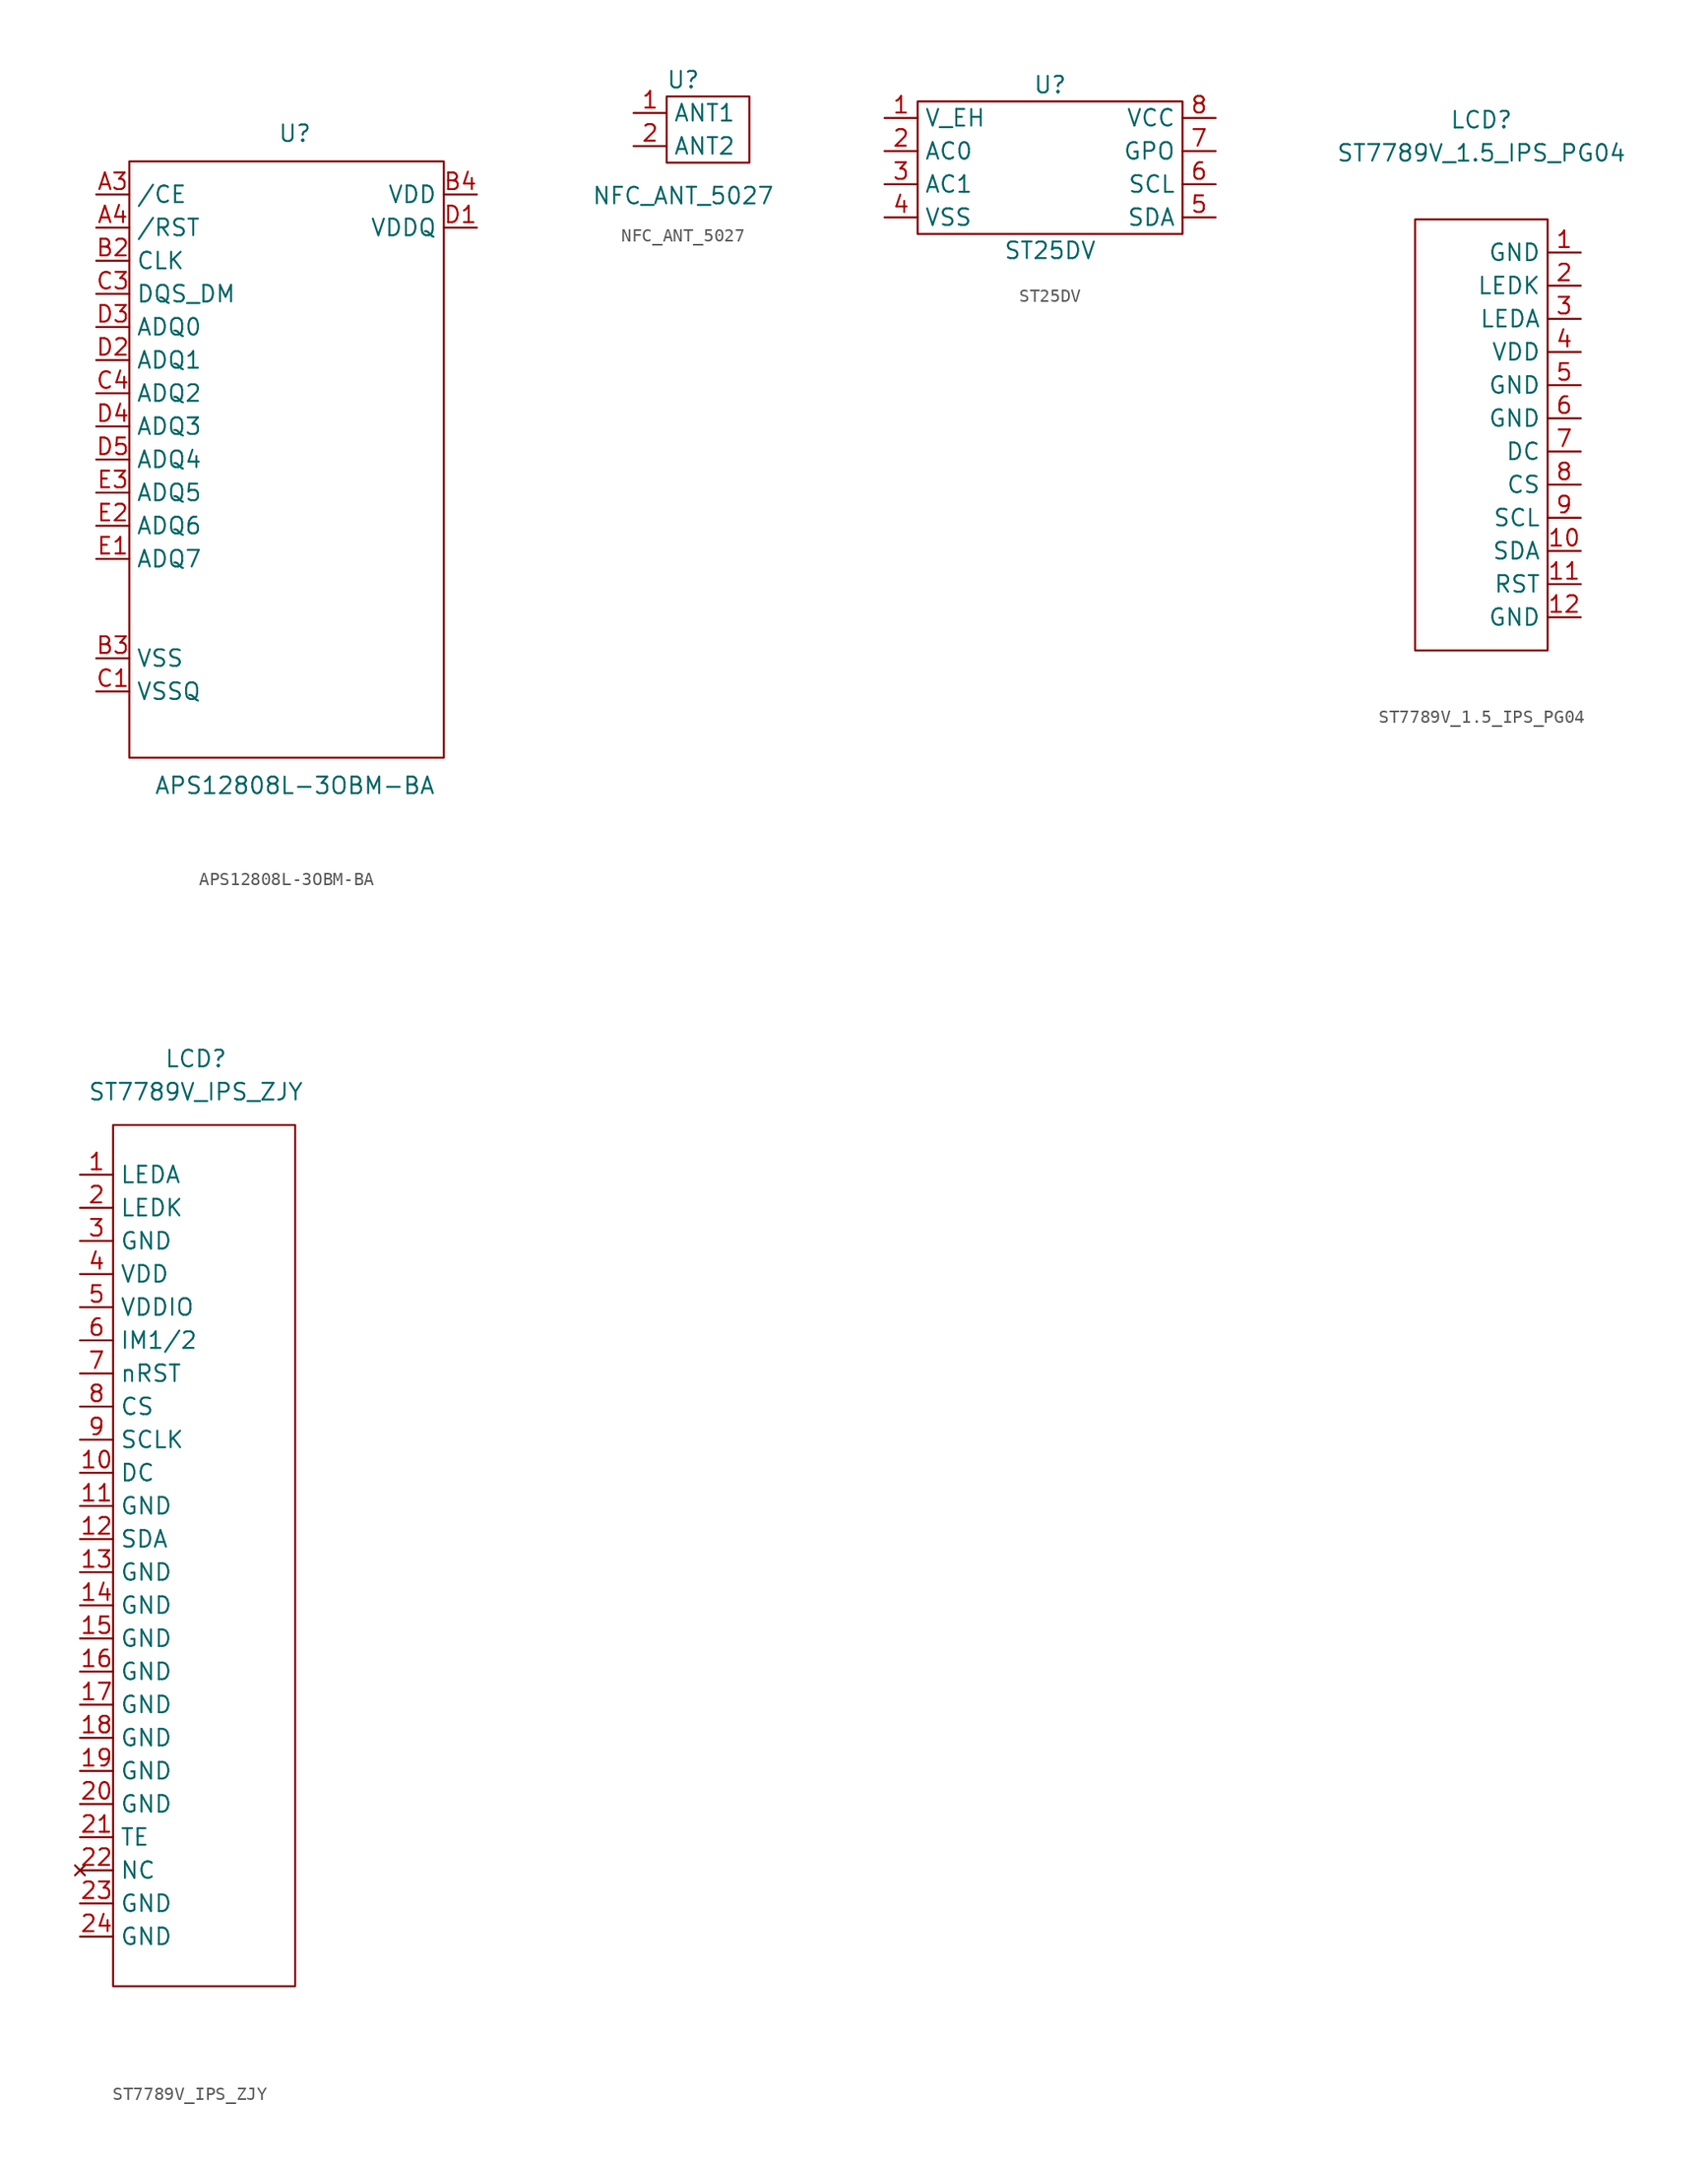
<source format=kicad_sym>
(kicad_symbol_lib
  (version 20211014)
  (generator kicad_symbol_editor)
  (symbol "APS12808L-3OBM-BA"
    (property "Reference" "U"
      (at 0 23.73 0)
      (effects (font (size 1.27 1.27))))
    (property "Value" "APS12808L-3OBM-BA"
      (at 0 -26.27 0)
      (effects (font (size 1.27 1.27))))
    (symbol "APS12808L-3OBM-BA_0_1"
      (polyline (pts (xy -12.7 21.59) (xy 11.43 21.59) (xy 11.43 -24.13) (xy -12.7 -24.13) (xy -12.7 21.59)) (stroke (width 0) (type default) (color 0 0 0 0)) (fill (type none))))
    (symbol "APS12808L-3OBM-BA_1_1"
      (pin input line (at -15.24 19.05 0) (length 2.54) (name "/CE" (effects (font (size 1.27 1.27)))) (number "A3" (effects (font (size 1.27 1.27)))))
      (pin input line (at -15.24 16.51 0) (length 2.54) (name "/RST" (effects (font (size 1.27 1.27)))) (number "A4" (effects (font (size 1.27 1.27)))))
      (pin input line (at -15.24 13.97 0) (length 2.54) (name "CLK" (effects (font (size 1.27 1.27)))) (number "B2" (effects (font (size 1.27 1.27)))))
      (pin power_in line (at -15.24 -16.51 0) (length 2.54) (name "VSS" (effects (font (size 1.27 1.27)))) (number "B3" (effects (font (size 1.27 1.27)))))
      (pin power_in line (at 13.97 19.05 180) (length 2.54) (name "VDD" (effects (font (size 1.27 1.27)))) (number "B4" (effects (font (size 1.27 1.27)))))
      (pin power_in line (at -15.24 -19.05 0) (length 2.54) (name "VSSQ" (effects (font (size 1.27 1.27)))) (number "C1" (effects (font (size 1.27 1.27)))))
      (pin bidirectional line (at -15.24 11.43 0) (length 2.54) (name "DQS_DM" (effects (font (size 1.27 1.27)))) (number "C3" (effects (font (size 1.27 1.27)))))
      (pin bidirectional line (at -15.24 3.81 0) (length 2.54) (name "ADQ2" (effects (font (size 1.27 1.27)))) (number "C4" (effects (font (size 1.27 1.27)))))
      (pin power_in line (at 13.97 16.51 180) (length 2.54) (name "VDDQ" (effects (font (size 1.27 1.27)))) (number "D1" (effects (font (size 1.27 1.27)))))
      (pin bidirectional line (at -15.24 6.35 0) (length 2.54) (name "ADQ1" (effects (font (size 1.27 1.27)))) (number "D2" (effects (font (size 1.27 1.27)))))
      (pin bidirectional line (at -15.24 8.89 0) (length 2.54) (name "ADQ0" (effects (font (size 1.27 1.27)))) (number "D3" (effects (font (size 1.27 1.27)))))
      (pin bidirectional line (at -15.24 1.27 0) (length 2.54) (name "ADQ3" (effects (font (size 1.27 1.27)))) (number "D4" (effects (font (size 1.27 1.27)))))
      (pin bidirectional line (at -15.24 -1.27 0) (length 2.54) (name "ADQ4" (effects (font (size 1.27 1.27)))) (number "D5" (effects (font (size 1.27 1.27)))))
      (pin bidirectional line (at -15.24 -8.89 0) (length 2.54) (name "ADQ7" (effects (font (size 1.27 1.27)))) (number "E1" (effects (font (size 1.27 1.27)))))
      (pin bidirectional line (at -15.24 -6.35 0) (length 2.54) (name "ADQ6" (effects (font (size 1.27 1.27)))) (number "E2" (effects (font (size 1.27 1.27)))))
      (pin bidirectional line (at -15.24 -3.81 0) (length 2.54) (name "ADQ5" (effects (font (size 1.27 1.27)))) (number "E3" (effects (font (size 1.27 1.27)))))))
  (symbol "NFC_ANT_5027"
    (property "Reference" "U"
      (at 0 3.81 0)
      (effects (font (size 1.27 1.27))))
    (property "Value" "NFC_ANT_5027"
      (at 0 -5.08 0)
      (effects (font (size 1.27 1.27))))
    (symbol "NFC_ANT_5027_0_1"
      (rectangle (start -1.27 2.54) (end 5.08 -2.54) (stroke (width 0) (type default) (color 0 0 0 0)) (fill (type none))))
    (symbol "NFC_ANT_5027_1_1"
      (pin input line (at -3.81 1.27 0) (length 2.54) (name "ANT1" (effects (font (size 1.27 1.27)))) (number "1" (effects (font (size 1.27 1.27)))))
      (pin input line (at -3.81 -1.27 0) (length 2.54) (name "ANT2" (effects (font (size 1.27 1.27)))) (number "2" (effects (font (size 1.27 1.27)))))))
  (symbol "ST25DV"
    (property "Reference" "U"
      (at 0 6.35 0)
      (effects (font (size 1.27 1.27))))
    (property "Value" "ST25DV"
      (at 0 -6.35 0)
      (effects (font (size 1.27 1.27))))
    (symbol "ST25DV_0_1"
      (rectangle (start -10.16 5.08) (end 10.16 -5.08) (stroke (width 0) (type default) (color 0 0 0 0)) (fill (type none))))
    (symbol "ST25DV_1_1"
      (pin output line (at -12.7 3.81 0) (length 2.54) (name "V_EH" (effects (font (size 1.27 1.27)))) (number "1" (effects (font (size 1.27 1.27)))))
      (pin input line (at -12.7 1.27 0) (length 2.54) (name "AC0" (effects (font (size 1.27 1.27)))) (number "2" (effects (font (size 1.27 1.27)))))
      (pin input line (at -12.7 -1.27 0) (length 2.54) (name "AC1" (effects (font (size 1.27 1.27)))) (number "3" (effects (font (size 1.27 1.27)))))
      (pin input line (at -12.7 -3.81 0) (length 2.54) (name "VSS" (effects (font (size 1.27 1.27)))) (number "4" (effects (font (size 1.27 1.27)))))
      (pin output line (at 12.7 -3.81 180) (length 2.54) (name "SDA" (effects (font (size 1.27 1.27)))) (number "5" (effects (font (size 1.27 1.27)))))
      (pin output line (at 12.7 -1.27 180) (length 2.54) (name "SCL" (effects (font (size 1.27 1.27)))) (number "6" (effects (font (size 1.27 1.27)))))
      (pin output line (at 12.7 1.27 180) (length 2.54) (name "GPO" (effects (font (size 1.27 1.27)))) (number "7" (effects (font (size 1.27 1.27)))))
      (pin output line (at 12.7 3.81 180) (length 2.54) (name "VCC" (effects (font (size 1.27 1.27)))) (number "8" (effects (font (size 1.27 1.27)))))))
  (symbol "ST7789V_1.5_IPS_PG04"
    (property "Reference" "LCD"
      (at 0 24.13 0)
      (effects (font (size 1.27 1.27))))
    (property "Value" "ST7789V_1.5_IPS_PG04"
      (at 0 21.59 0)
      (effects (font (size 1.27 1.27))))
    (symbol "ST7789V_1.5_IPS_PG04_0_1"
      (rectangle (start -5.08 16.51) (end 5.08 -16.51) (stroke (width 0) (type default) (color 0 0 0 0)) (fill (type none))))
    (symbol "ST7789V_1.5_IPS_PG04_1_1"
      (pin input line (at 7.62 13.97 180) (length 2.54) (name "GND" (effects (font (size 1.27 1.27)))) (number "1" (effects (font (size 1.27 1.27)))))
      (pin input line (at 7.62 -8.89 180) (length 2.54) (name "SDA" (effects (font (size 1.27 1.27)))) (number "10" (effects (font (size 1.27 1.27)))))
      (pin input line (at 7.62 -11.43 180) (length 2.54) (name "RST" (effects (font (size 1.27 1.27)))) (number "11" (effects (font (size 1.27 1.27)))))
      (pin input line (at 7.62 -13.97 180) (length 2.54) (name "GND" (effects (font (size 1.27 1.27)))) (number "12" (effects (font (size 1.27 1.27)))))
      (pin input line (at 7.62 11.43 180) (length 2.54) (name "LEDK" (effects (font (size 1.27 1.27)))) (number "2" (effects (font (size 1.27 1.27)))))
      (pin input line (at 7.62 8.89 180) (length 2.54) (name "LEDA" (effects (font (size 1.27 1.27)))) (number "3" (effects (font (size 1.27 1.27)))))
      (pin input line (at 7.62 6.35 180) (length 2.54) (name "VDD" (effects (font (size 1.27 1.27)))) (number "4" (effects (font (size 1.27 1.27)))))
      (pin input line (at 7.62 3.81 180) (length 2.54) (name "GND" (effects (font (size 1.27 1.27)))) (number "5" (effects (font (size 1.27 1.27)))))
      (pin input line (at 7.62 1.27 180) (length 2.54) (name "GND" (effects (font (size 1.27 1.27)))) (number "6" (effects (font (size 1.27 1.27)))))
      (pin input line (at 7.62 -1.27 180) (length 2.54) (name "DC" (effects (font (size 1.27 1.27)))) (number "7" (effects (font (size 1.27 1.27)))))
      (pin input line (at 7.62 -3.81 180) (length 2.54) (name "CS" (effects (font (size 1.27 1.27)))) (number "8" (effects (font (size 1.27 1.27)))))
      (pin input line (at 7.62 -6.35 180) (length 2.54) (name "SCL" (effects (font (size 1.27 1.27)))) (number "9" (effects (font (size 1.27 1.27)))))))
  (symbol "ST7789V_IPS_ZJY"
    (property "Reference" "LCD"
      (at 0 38.1 0)
      (effects (font (size 1.27 1.27))))
    (property "Value" "ST7789V_IPS_ZJY"
      (at 0 35.56 0)
      (effects (font (size 1.27 1.27))))
    (symbol "ST7789V_IPS_ZJY_0_0"
      (pin unspecified line (at -8.89 29.21 0) (length 2.54) (name "LEDA" (effects (font (size 1.27 1.27)))) (number "1" (effects (font (size 1.27 1.27)))))
      (pin unspecified line (at -8.89 6.35 0) (length 2.54) (name "DC" (effects (font (size 1.27 1.27)))) (number "10" (effects (font (size 1.27 1.27)))))
      (pin unspecified line (at -8.89 3.81 0) (length 2.54) (name "GND" (effects (font (size 1.27 1.27)))) (number "11" (effects (font (size 1.27 1.27)))))
      (pin unspecified line (at -8.89 1.27 0) (length 2.54) (name "SDA" (effects (font (size 1.27 1.27)))) (number "12" (effects (font (size 1.27 1.27)))))
      (pin unspecified line (at -8.89 -1.27 0) (length 2.54) (name "GND" (effects (font (size 1.27 1.27)))) (number "13" (effects (font (size 1.27 1.27)))))
      (pin unspecified line (at -8.89 -3.81 0) (length 2.54) (name "GND" (effects (font (size 1.27 1.27)))) (number "14" (effects (font (size 1.27 1.27)))))
      (pin unspecified line (at -8.89 -6.35 0) (length 2.54) (name "GND" (effects (font (size 1.27 1.27)))) (number "15" (effects (font (size 1.27 1.27)))))
      (pin unspecified line (at -8.89 -8.89 0) (length 2.54) (name "GND" (effects (font (size 1.27 1.27)))) (number "16" (effects (font (size 1.27 1.27)))))
      (pin unspecified line (at -8.89 -11.43 0) (length 2.54) (name "GND" (effects (font (size 1.27 1.27)))) (number "17" (effects (font (size 1.27 1.27)))))
      (pin unspecified line (at -8.89 -13.97 0) (length 2.54) (name "GND" (effects (font (size 1.27 1.27)))) (number "18" (effects (font (size 1.27 1.27)))))
      (pin unspecified line (at -8.89 -16.51 0) (length 2.54) (name "GND" (effects (font (size 1.27 1.27)))) (number "19" (effects (font (size 1.27 1.27)))))
      (pin unspecified line (at -8.89 26.67 0) (length 2.54) (name "LEDK" (effects (font (size 1.27 1.27)))) (number "2" (effects (font (size 1.27 1.27)))))
      (pin unspecified line (at -8.89 -19.05 0) (length 2.54) (name "GND" (effects (font (size 1.27 1.27)))) (number "20" (effects (font (size 1.27 1.27)))))
      (pin unspecified line (at -8.89 -21.59 0) (length 2.54) (name "TE" (effects (font (size 1.27 1.27)))) (number "21" (effects (font (size 1.27 1.27)))))
      (pin no_connect line (at -8.89 -24.13 0) (length 2.54) (name "NC" (effects (font (size 1.27 1.27)))) (number "22" (effects (font (size 1.27 1.27)))))
      (pin unspecified line (at -8.89 -26.67 0) (length 2.54) (name "GND" (effects (font (size 1.27 1.27)))) (number "23" (effects (font (size 1.27 1.27)))))
      (pin unspecified line (at -8.89 -29.21 0) (length 2.54) (name "GND" (effects (font (size 1.27 1.27)))) (number "24" (effects (font (size 1.27 1.27)))))
      (pin unspecified line (at -8.89 24.13 0) (length 2.54) (name "GND" (effects (font (size 1.27 1.27)))) (number "3" (effects (font (size 1.27 1.27)))))
      (pin unspecified line (at -8.89 21.59 0) (length 2.54) (name "VDD" (effects (font (size 1.27 1.27)))) (number "4" (effects (font (size 1.27 1.27)))))
      (pin unspecified line (at -8.89 19.05 0) (length 2.54) (name "VDDIO" (effects (font (size 1.27 1.27)))) (number "5" (effects (font (size 1.27 1.27)))))
      (pin unspecified line (at -8.89 16.51 0) (length 2.54) (name "IM1/2" (effects (font (size 1.27 1.27)))) (number "6" (effects (font (size 1.27 1.27)))))
      (pin unspecified line (at -8.89 13.97 0) (length 2.54) (name "nRST" (effects (font (size 1.27 1.27)))) (number "7" (effects (font (size 1.27 1.27)))))
      (pin unspecified line (at -8.89 11.43 0) (length 2.54) (name "CS" (effects (font (size 1.27 1.27)))) (number "8" (effects (font (size 1.27 1.27)))))
      (pin unspecified line (at -8.89 8.89 0) (length 2.54) (name "SCLK" (effects (font (size 1.27 1.27)))) (number "9" (effects (font (size 1.27 1.27))))))
    (symbol "ST7789V_IPS_ZJY_0_1"
      (rectangle (start -6.35 33.02) (end 7.62 -33.02) (stroke (width 0.152) (type default) (color 0 0 0 0)) (fill (type none))))))
</source>
